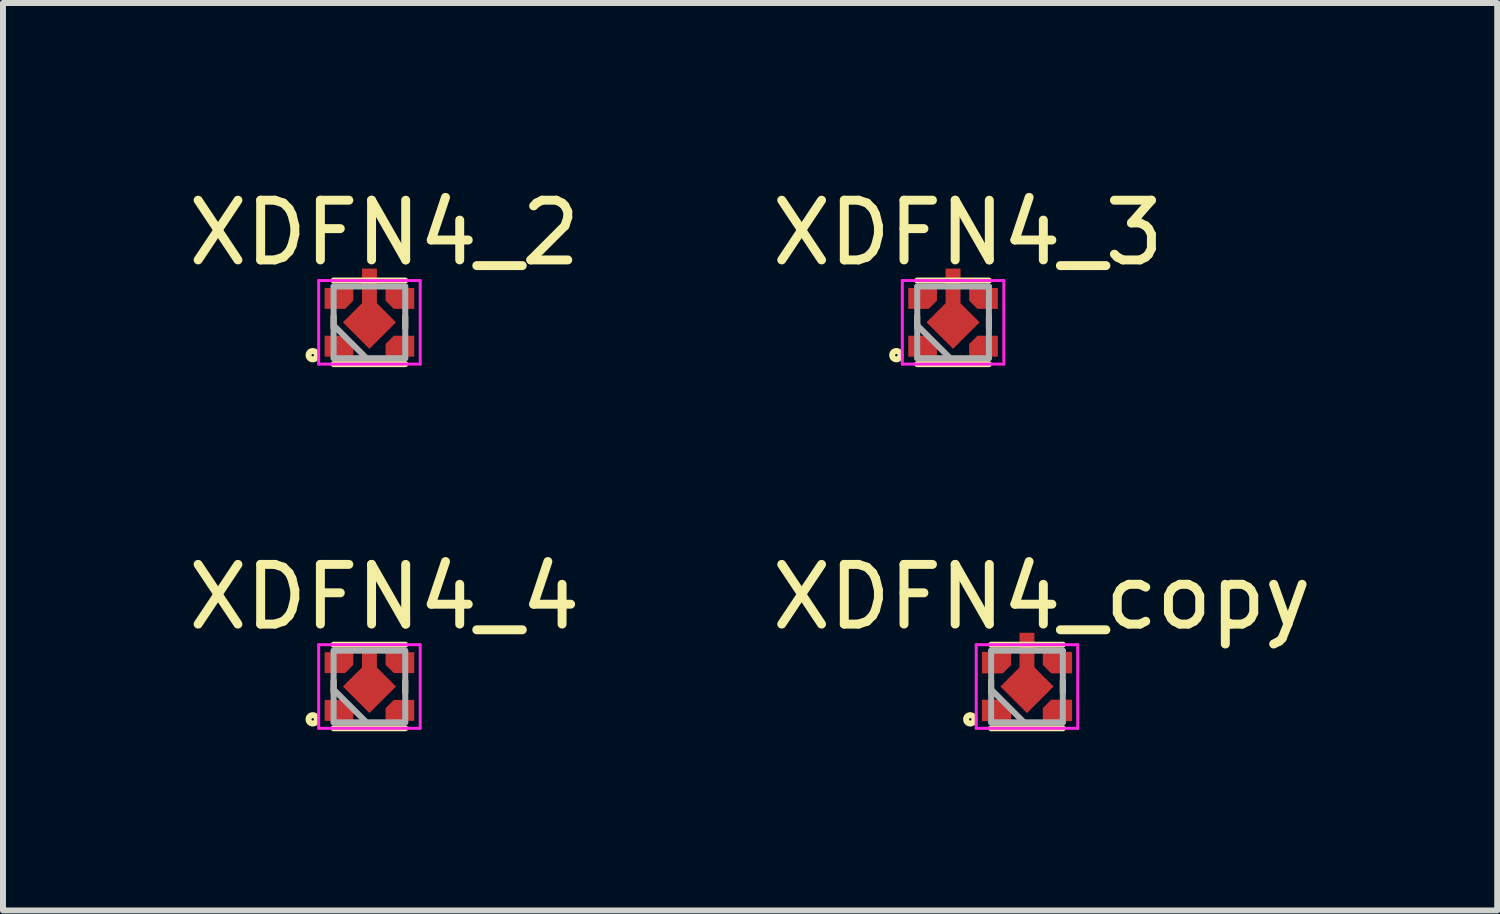
<source format=kicad_pcb>
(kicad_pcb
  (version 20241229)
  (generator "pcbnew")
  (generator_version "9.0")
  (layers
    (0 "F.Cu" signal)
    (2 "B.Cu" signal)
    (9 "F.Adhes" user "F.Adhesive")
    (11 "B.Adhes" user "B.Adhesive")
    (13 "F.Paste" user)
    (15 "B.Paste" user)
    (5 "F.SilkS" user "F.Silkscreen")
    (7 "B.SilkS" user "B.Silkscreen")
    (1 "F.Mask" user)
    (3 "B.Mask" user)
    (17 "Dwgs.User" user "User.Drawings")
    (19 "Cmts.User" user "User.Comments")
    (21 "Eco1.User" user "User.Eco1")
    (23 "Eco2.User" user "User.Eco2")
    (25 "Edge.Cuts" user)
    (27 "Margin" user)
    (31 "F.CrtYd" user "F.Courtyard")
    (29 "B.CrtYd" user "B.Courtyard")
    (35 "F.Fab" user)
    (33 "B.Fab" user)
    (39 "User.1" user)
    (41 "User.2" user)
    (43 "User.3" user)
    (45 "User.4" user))
  (footprint "XDFN4_2"
    (layer "F.Cu")
    (at 3.137 2.348)
    (property "Reference" "XDFN4_2" (at 0.25 -1.5 0) (layer "F.SilkS") (effects (font (size 1 1) (thickness 0.15))))
    (attr through_hole)
    (fp_line (start -0.6 -0.1) (end -0.6 0.1) (stroke (width 0.1) (type solid)) (layer "F.SilkS"))
    (fp_line (start -0.6 0.7) (end 0.6 0.7) (stroke (width 0.1) (type solid)) (layer "F.SilkS"))
    (fp_line (start 0.6 -0.7) (end -0.6 -0.7) (stroke (width 0.1) (type solid)) (layer "F.SilkS"))
    (fp_line (start 0.6 -0.1) (end 0.6 0.1) (stroke (width 0.1) (type solid)) (layer "F.SilkS"))
    (fp_circle (center -0.95 0.55) (end -0.93 0.55) (stroke (width 0.1) (type solid)) (fill no) (layer "F.SilkS"))
    (fp_line (start -0.85 -0.7) (end 0.85 -0.7) (stroke (width 0.05) (type solid)) (layer "F.CrtYd"))
    (fp_line (start -0.85 0.7) (end -0.85 -0.7) (stroke (width 0.05) (type solid)) (layer "F.CrtYd"))
    (fp_line (start 0.85 -0.7) (end 0.85 0.7) (stroke (width 0.05) (type solid)) (layer "F.CrtYd"))
    (fp_line (start 0.85 0.7) (end -0.85 0.7) (stroke (width 0.05) (type solid)) (layer "F.CrtYd"))
    (fp_line (start -0.6 -0.6) (end 0.6 -0.6) (stroke (width 0.1) (type solid)) (layer "F.Fab"))
    (fp_line (start -0.6 0.6) (end -0.6 -0.6) (stroke (width 0.1) (type solid)) (layer "F.Fab"))
    (fp_line (start -0.05 0.6) (end -0.6 0.05) (stroke (width 0.1) (type solid)) (layer "F.Fab"))
    (fp_line (start 0.6 -0.6) (end 0.6 0.6) (stroke (width 0.1) (type solid)) (layer "F.Fab"))
    (fp_line (start 0.6 0.6) (end -0.6 0.6) (stroke (width 0.1) (type solid)) (layer "F.Fab"))
    (pad "1" smd custom (at -0.6 0.4) (size 0.1 0.1) (layers "F.Cu" "F.Mask" "F.Paste") (options (anchor rect)) (primitives (gr_poly (pts (xy -0.15 0.175) (xy 0.33 0.175) (xy 0.33 -0.037) (xy 0.192 -0.175) (xy -0.15 -0.175)) (width 0) (fill yes))))
    (pad "2" smd custom (at 0.6 0.4) (size 0.1 0.1) (layers "F.Cu" "F.Mask" "F.Paste") (options (anchor rect)) (primitives (gr_poly (pts (xy 0.15 0.175) (xy -0.33 0.175) (xy -0.33 -0.037) (xy -0.192 -0.175) (xy 0.15 -0.175)) (width 0) (fill yes))))
    (pad "3" smd custom (at 0.6 -0.4) (size 0.1 0.1) (layers "F.Cu" "F.Mask" "F.Paste") (options (anchor rect)) (primitives (gr_poly (pts (xy 0.15 -0.175) (xy -0.33 -0.175) (xy -0.33 0.037) (xy -0.192 0.175) (xy 0.15 0.175)) (width 0) (fill yes))))
    (pad "4" smd custom (at -0.6 -0.4) (size 0.1 0.1) (layers "F.Cu" "F.Mask" "F.Paste") (options (anchor rect)) (primitives (gr_poly (pts (xy -0.15 -0.175) (xy 0.33 -0.175) (xy 0.33 0.037) (xy 0.192 0.175) (xy -0.15 0.175)) (width 0) (fill yes))))
    (pad "5" smd custom (at 0 -0.8) (size 0.25 0.2) (layers "F.Cu" "F.Mask" "F.Paste") (options (anchor rect)) (primitives (gr_poly (pts (xy 0.125 0.525) (xy -0.125 0.525) (xy -0.125 -0.1) (xy 0.125 -0.1)) (width 0) (fill yes)) (gr_poly (pts (xy 0.445 0.8) (xy 0 1.244) (xy -0.445 0.8) (xy 0 0.355)) (width 0) (fill yes)))))
  (footprint "XDFN4_4"
    (layer "F.Cu")
    (at 3.137 8.447)
    (property "Reference" "XDFN4_4" (at 0.25 -1.5 0) (layer "F.SilkS") (effects (font (size 1 1) (thickness 0.15))))
    (attr through_hole)
    (fp_line (start -0.6 -0.1) (end -0.6 0.1) (stroke (width 0.1) (type solid)) (layer "F.SilkS"))
    (fp_line (start -0.6 0.7) (end 0.6 0.7) (stroke (width 0.1) (type solid)) (layer "F.SilkS"))
    (fp_line (start 0.6 -0.7) (end -0.6 -0.7) (stroke (width 0.1) (type solid)) (layer "F.SilkS"))
    (fp_line (start 0.6 -0.1) (end 0.6 0.1) (stroke (width 0.1) (type solid)) (layer "F.SilkS"))
    (fp_circle (center -0.95 0.55) (end -0.93 0.55) (stroke (width 0.1) (type solid)) (fill no) (layer "F.SilkS"))
    (fp_line (start -0.85 -0.7) (end 0.85 -0.7) (stroke (width 0.05) (type solid)) (layer "F.CrtYd"))
    (fp_line (start -0.85 0.7) (end -0.85 -0.7) (stroke (width 0.05) (type solid)) (layer "F.CrtYd"))
    (fp_line (start 0.85 -0.7) (end 0.85 0.7) (stroke (width 0.05) (type solid)) (layer "F.CrtYd"))
    (fp_line (start 0.85 0.7) (end -0.85 0.7) (stroke (width 0.05) (type solid)) (layer "F.CrtYd"))
    (fp_line (start -0.6 -0.6) (end 0.6 -0.6) (stroke (width 0.1) (type solid)) (layer "F.Fab"))
    (fp_line (start -0.6 0.6) (end -0.6 -0.6) (stroke (width 0.1) (type solid)) (layer "F.Fab"))
    (fp_line (start -0.05 0.6) (end -0.6 0.05) (stroke (width 0.1) (type solid)) (layer "F.Fab"))
    (fp_line (start 0.6 -0.6) (end 0.6 0.6) (stroke (width 0.1) (type solid)) (layer "F.Fab"))
    (fp_line (start 0.6 0.6) (end -0.6 0.6) (stroke (width 0.1) (type solid)) (layer "F.Fab"))
    (pad "1" smd custom (at -0.6 0.4) (size 0.1 0.1) (layers "F.Cu" "F.Mask" "F.Paste") (options (anchor rect)) (primitives (gr_poly (pts (xy -0.15 0.175) (xy 0.33 0.175) (xy 0.33 -0.037) (xy 0.192 -0.175) (xy -0.15 -0.175)) (width 0) (fill yes))))
    (pad "2" smd custom (at 0.6 0.4) (size 0.1 0.1) (layers "F.Cu" "F.Mask" "F.Paste") (options (anchor rect)) (primitives (gr_poly (pts (xy 0.15 0.175) (xy -0.33 0.175) (xy -0.33 -0.037) (xy -0.192 -0.175) (xy 0.15 -0.175)) (width 0) (fill yes))))
    (pad "3" smd custom (at 0.6 -0.4) (size 0.1 0.1) (layers "F.Cu" "F.Mask" "F.Paste") (options (anchor rect)) (primitives (gr_poly (pts (xy 0.15 -0.175) (xy -0.33 -0.175) (xy -0.33 0.037) (xy -0.192 0.175) (xy 0.15 0.175)) (width 0) (fill yes))))
    (pad "4" smd custom (at -0.6 -0.4) (size 0.1 0.1) (layers "F.Cu" "F.Mask" "F.Paste") (options (anchor rect)) (primitives (gr_poly (pts (xy -0.15 -0.175) (xy 0.33 -0.175) (xy 0.33 0.037) (xy 0.192 0.175) (xy -0.15 0.175)) (width 0) (fill yes))))
    (pad "5" smd custom (at 0 -0.5) (size 0.25 0.2) (layers "F.Cu" "F.Mask" "F.Paste") (options (anchor rect)) (primitives (gr_poly (pts (xy 0.125 -0.1) (xy -0.125 -0.1) (xy -0.125 0.8) (xy 0.125 0.8)) (width 0) (fill yes)) (gr_poly (pts (xy 0.445 0.5) (xy 0 0.945) (xy -0.445 0.5) (xy 0 0.056)) (width 0) (fill yes)))))
  (footprint "XDFN4_3"
    (layer "F.Cu")
    (at 12.911 2.348)
    (property "Reference" "XDFN4_3" (at 0.25 -1.5 0) (layer "F.SilkS") (effects (font (size 1 1) (thickness 0.15))))
    (attr through_hole)
    (fp_line (start -0.6 -0.1) (end -0.6 0.1) (stroke (width 0.1) (type solid)) (layer "F.SilkS"))
    (fp_line (start -0.6 0.7) (end 0.6 0.7) (stroke (width 0.1) (type solid)) (layer "F.SilkS"))
    (fp_line (start 0.6 -0.7) (end -0.6 -0.7) (stroke (width 0.1) (type solid)) (layer "F.SilkS"))
    (fp_line (start 0.6 -0.1) (end 0.6 0.1) (stroke (width 0.1) (type solid)) (layer "F.SilkS"))
    (fp_circle (center -0.95 0.55) (end -0.93 0.55) (stroke (width 0.1) (type solid)) (fill no) (layer "F.SilkS"))
    (fp_line (start -0.85 -0.7) (end 0.85 -0.7) (stroke (width 0.05) (type solid)) (layer "F.CrtYd"))
    (fp_line (start -0.85 0.7) (end -0.85 -0.7) (stroke (width 0.05) (type solid)) (layer "F.CrtYd"))
    (fp_line (start 0.85 -0.7) (end 0.85 0.7) (stroke (width 0.05) (type solid)) (layer "F.CrtYd"))
    (fp_line (start 0.85 0.7) (end -0.85 0.7) (stroke (width 0.05) (type solid)) (layer "F.CrtYd"))
    (fp_line (start -0.6 -0.6) (end 0.6 -0.6) (stroke (width 0.1) (type solid)) (layer "F.Fab"))
    (fp_line (start -0.6 0.6) (end -0.6 -0.6) (stroke (width 0.1) (type solid)) (layer "F.Fab"))
    (fp_line (start -0.05 0.6) (end -0.6 0.05) (stroke (width 0.1) (type solid)) (layer "F.Fab"))
    (fp_line (start 0.6 -0.6) (end 0.6 0.6) (stroke (width 0.1) (type solid)) (layer "F.Fab"))
    (fp_line (start 0.6 0.6) (end -0.6 0.6) (stroke (width 0.1) (type solid)) (layer "F.Fab"))
    (pad "" smd custom (at 0 -0.8) (size 0.001 0.001) (layers "F.Mask" "F.Paste") (options (anchor rect)) (primitives (gr_poly (pts (xy 0.125 0.1) (xy -0.125 0.1) (xy -0.125 0.8) (xy 0.125 0.8)) (width 0) (fill yes)) (gr_poly (pts (xy 0.445 0.8) (xy 0 1.244) (xy -0.445 0.8) (xy 0 0.355)) (width 0) (fill yes))))
    (pad "1" smd custom (at -0.6 0.4) (size 0.1 0.1) (layers "F.Cu" "F.Mask" "F.Paste") (options (anchor rect)) (primitives (gr_poly (pts (xy -0.15 0.175) (xy 0.33 0.175) (xy 0.33 -0.037) (xy 0.192 -0.175) (xy -0.15 -0.175)) (width 0) (fill yes))))
    (pad "2" smd custom (at 0.6 0.4) (size 0.1 0.1) (layers "F.Cu" "F.Mask" "F.Paste") (options (anchor rect)) (primitives (gr_poly (pts (xy 0.15 0.175) (xy -0.33 0.175) (xy -0.33 -0.037) (xy -0.192 -0.175) (xy 0.15 -0.175)) (width 0) (fill yes))))
    (pad "3" smd custom (at 0.6 -0.4) (size 0.1 0.1) (layers "F.Cu" "F.Mask" "F.Paste") (options (anchor rect)) (primitives (gr_poly (pts (xy 0.15 -0.175) (xy -0.33 -0.175) (xy -0.33 0.037) (xy -0.192 0.175) (xy 0.15 0.175)) (width 0) (fill yes))))
    (pad "4" smd custom (at -0.6 -0.4) (size 0.1 0.1) (layers "F.Cu" "F.Mask" "F.Paste") (options (anchor rect)) (primitives (gr_poly (pts (xy -0.15 -0.175) (xy 0.33 -0.175) (xy 0.33 0.037) (xy 0.192 0.175) (xy -0.15 0.175)) (width 0) (fill yes))))
    (pad "5" smd custom (at 0 -0.8) (size 0.25 0.1) (layers "F.Cu") (options (anchor rect)) (primitives (gr_poly (pts (xy 0.125 -0.1) (xy -0.125 -0.1) (xy -0.125 0.8) (xy 0.125 0.8)) (width 0) (fill yes)) (gr_poly (pts (xy 0.445 0.8) (xy 0 1.244) (xy -0.445 0.8) (xy 0 0.355)) (width 0) (fill yes)))))
  (footprint "XDFN4_copy"
    (layer "F.Cu")
    (at 14.149 8.447)
    (property "Reference" "XDFN4_copy" (at 0.25 -1.5 0) (layer "F.SilkS") (effects (font (size 1 1) (thickness 0.15))))
    (attr through_hole)
    (fp_line (start -0.6 -0.1) (end -0.6 0.1) (stroke (width 0.1) (type solid)) (layer "F.SilkS"))
    (fp_line (start -0.6 0.7) (end 0.6 0.7) (stroke (width 0.1) (type solid)) (layer "F.SilkS"))
    (fp_line (start 0.6 -0.7) (end -0.6 -0.7) (stroke (width 0.1) (type solid)) (layer "F.SilkS"))
    (fp_line (start 0.6 -0.1) (end 0.6 0.1) (stroke (width 0.1) (type solid)) (layer "F.SilkS"))
    (fp_circle (center -0.95 0.55) (end -0.93 0.55) (stroke (width 0.1) (type solid)) (fill no) (layer "F.SilkS"))
    (fp_line (start -0.85 -0.7) (end 0.85 -0.7) (stroke (width 0.05) (type solid)) (layer "F.CrtYd"))
    (fp_line (start -0.85 0.7) (end -0.85 -0.7) (stroke (width 0.05) (type solid)) (layer "F.CrtYd"))
    (fp_line (start 0.85 -0.7) (end 0.85 0.7) (stroke (width 0.05) (type solid)) (layer "F.CrtYd"))
    (fp_line (start 0.85 0.7) (end -0.85 0.7) (stroke (width 0.05) (type solid)) (layer "F.CrtYd"))
    (fp_line (start -0.6 -0.6) (end 0.6 -0.6) (stroke (width 0.1) (type solid)) (layer "F.Fab"))
    (fp_line (start -0.6 0.6) (end -0.6 -0.6) (stroke (width 0.1) (type solid)) (layer "F.Fab"))
    (fp_line (start -0.05 0.6) (end -0.6 0.05) (stroke (width 0.1) (type solid)) (layer "F.Fab"))
    (fp_line (start 0.6 -0.6) (end 0.6 0.6) (stroke (width 0.1) (type solid)) (layer "F.Fab"))
    (fp_line (start 0.6 0.6) (end -0.6 0.6) (stroke (width 0.1) (type solid)) (layer "F.Fab"))
    (pad "1" smd custom (at -0.4 0.4) (size 0.1 0.1) (layers "F.Cu" "F.Mask" "F.Paste") (options (anchor rect)) (primitives (gr_poly (pts (xy -0.35 0.175) (xy 0.13 0.175) (xy 0.13 -0.037) (xy -0.008 -0.175) (xy -0.35 -0.175)) (width 0.01) (fill yes))))
    (pad "2" smd custom (at 0.4 0.4) (size 0.1 0.1) (layers "F.Cu" "F.Mask" "F.Paste") (options (anchor rect)) (primitives (gr_poly (pts (xy 0.35 0.175) (xy -0.13 0.175) (xy -0.13 -0.037) (xy 0.008 -0.175) (xy 0.35 -0.175)) (width 0.01) (fill yes))))
    (pad "3" smd custom (at 0.4 -0.4) (size 0.1 0.1) (layers "F.Cu" "F.Mask" "F.Paste") (options (anchor rect)) (primitives (gr_poly (pts (xy 0.35 -0.175) (xy -0.13 -0.175) (xy -0.13 0.037) (xy 0.008 0.175) (xy 0.35 0.175)) (width 0.01) (fill yes))))
    (pad "4" smd custom (at -0.4 -0.4) (size 0.1 0.1) (layers "F.Cu" "F.Mask" "F.Paste") (options (anchor rect)) (primitives (gr_poly (pts (xy -0.35 -0.175) (xy 0.13 -0.175) (xy 0.13 0.037) (xy -0.008 0.175) (xy -0.35 0.175)) (width 0.01) (fill yes))))
    (pad "5" smd rect (at 0 -0.4) (size 0.25 1) (layers "F.Cu"))
    (pad "5" smd rect (at 0 0 45) (size 0.63 0.63) (layers "F.Cu" "F.Mask" "F.Paste")))
  (gr_rect
    (start -3 -3)
    (end 22.024 12.197)
    (stroke (width 0.1) (type default))
    (fill no)
    (layer "Edge.Cuts")))
</source>
